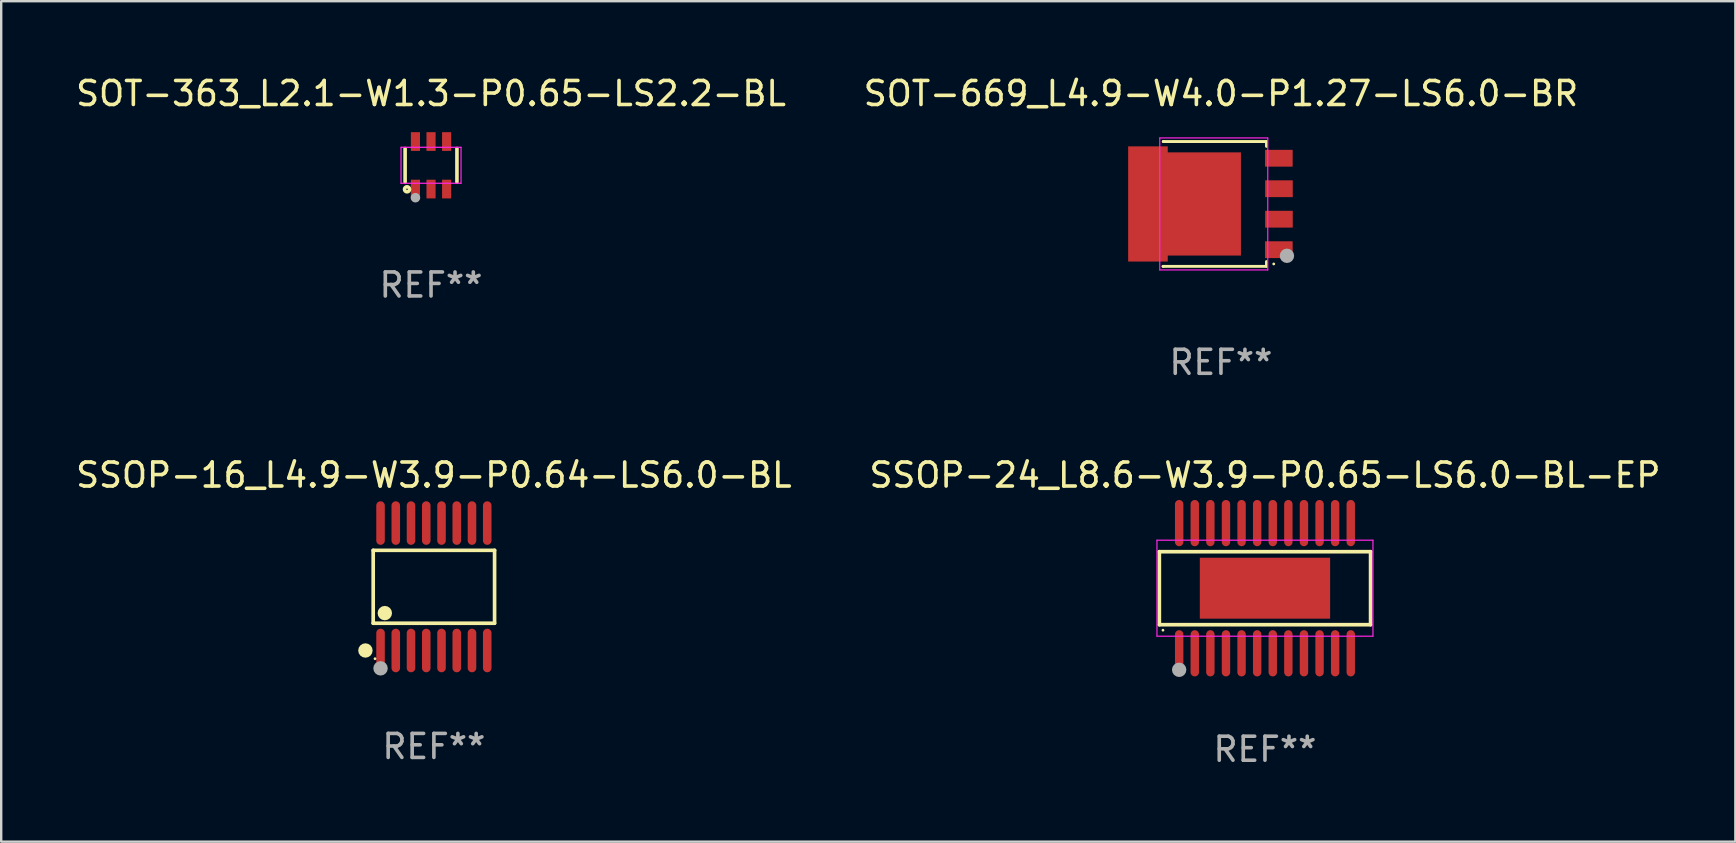
<source format=kicad_pcb>
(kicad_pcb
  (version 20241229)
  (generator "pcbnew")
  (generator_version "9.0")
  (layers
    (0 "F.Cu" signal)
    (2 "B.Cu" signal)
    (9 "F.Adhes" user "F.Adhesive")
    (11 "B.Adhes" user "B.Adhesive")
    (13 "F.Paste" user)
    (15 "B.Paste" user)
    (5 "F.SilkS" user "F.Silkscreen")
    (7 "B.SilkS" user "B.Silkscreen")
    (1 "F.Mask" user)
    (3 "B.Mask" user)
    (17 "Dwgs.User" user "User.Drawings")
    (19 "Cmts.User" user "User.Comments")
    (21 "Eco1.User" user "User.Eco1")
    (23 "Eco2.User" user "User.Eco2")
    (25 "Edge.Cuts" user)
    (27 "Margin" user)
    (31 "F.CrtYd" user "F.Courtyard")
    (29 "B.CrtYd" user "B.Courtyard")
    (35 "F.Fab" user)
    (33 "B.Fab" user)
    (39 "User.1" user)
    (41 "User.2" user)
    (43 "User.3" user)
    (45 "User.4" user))
  (footprint "SSOP-24_L8.6-W3.9-P0.65-LS6.0-BL-EP"
    (layer "F.Cu")
    (at 49.661 21.46)
    (property "Reference" "SSOP-24_L8.6-W3.9-P0.65-LS6.0-BL-EP" (at 0 -4.713 0) (layer "F.SilkS") (effects (font (size 1 1) (thickness 0.15))))
    (attr smd)
    (fp_line (start -4.401 -1.521) (end 4.401 -1.521) (stroke (width 0.152) (type solid)) (layer "F.SilkS"))
    (fp_line (start -4.401 1.521) (end -4.401 -1.521) (stroke (width 0.152) (type solid)) (layer "F.SilkS"))
    (fp_line (start 4.401 -1.521) (end 4.401 1.521) (stroke (width 0.152) (type solid)) (layer "F.SilkS"))
    (fp_line (start 4.401 1.521) (end -4.401 1.521) (stroke (width 0.152) (type solid)) (layer "F.SilkS"))
    (fp_circle (center -4.25 1.75) (end -4.22 1.75) (stroke (width 0.06) (type solid)) (fill no) (layer "F.SilkS"))
    (fp_line (start -4.5 -2) (end 4.5 -2) (stroke (width 0.05) (type default)) (layer "F.CrtYd"))
    (fp_line (start -4.5 2) (end -4.5 -2) (stroke (width 0.05) (type default)) (layer "F.CrtYd"))
    (fp_line (start 4.5 -2) (end 4.5 2) (stroke (width 0.05) (type default)) (layer "F.CrtYd"))
    (fp_line (start 4.5 2) (end -4.5 2) (stroke (width 0.05) (type default)) (layer "F.CrtYd"))
    (fp_circle (center -3.575 3.4) (end -3.425 3.4) (stroke (width 0.3) (type solid)) (fill no) (layer "F.Fab"))
    (fp_text user "REF**" (at 0 6.713 0) (layer "F.Fab") (effects (font (size 1 1) (thickness 0.15))))
    (pad "1" smd oval (at -3.575 2.713) (size 0.35 1.926) (layers "F.Cu" "F.Mask" "F.Paste"))
    (pad "2" smd oval (at -2.925 2.713) (size 0.35 1.926) (layers "F.Cu" "F.Mask" "F.Paste"))
    (pad "3" smd oval (at -2.275 2.713) (size 0.35 1.926) (layers "F.Cu" "F.Mask" "F.Paste"))
    (pad "4" smd oval (at -1.625 2.713) (size 0.35 1.926) (layers "F.Cu" "F.Mask" "F.Paste"))
    (pad "5" smd oval (at -0.975 2.713) (size 0.35 1.926) (layers "F.Cu" "F.Mask" "F.Paste"))
    (pad "6" smd oval (at -0.325 2.713) (size 0.35 1.926) (layers "F.Cu" "F.Mask" "F.Paste"))
    (pad "7" smd oval (at 0.325 2.713) (size 0.35 1.926) (layers "F.Cu" "F.Mask" "F.Paste"))
    (pad "8" smd oval (at 0.975 2.713) (size 0.35 1.926) (layers "F.Cu" "F.Mask" "F.Paste"))
    (pad "9" smd oval (at 1.625 2.713) (size 0.35 1.926) (layers "F.Cu" "F.Mask" "F.Paste"))
    (pad "10" smd oval (at 2.275 2.713) (size 0.35 1.926) (layers "F.Cu" "F.Mask" "F.Paste"))
    (pad "11" smd oval (at 2.925 2.713) (size 0.35 1.926) (layers "F.Cu" "F.Mask" "F.Paste"))
    (pad "12" smd oval (at 3.575 2.713) (size 0.35 1.926) (layers "F.Cu" "F.Mask" "F.Paste"))
    (pad "13" smd oval (at 3.575 -2.713) (size 0.35 1.926) (layers "F.Cu" "F.Mask" "F.Paste"))
    (pad "14" smd oval (at 2.925 -2.713) (size 0.35 1.926) (layers "F.Cu" "F.Mask" "F.Paste"))
    (pad "15" smd oval (at 2.275 -2.713) (size 0.35 1.926) (layers "F.Cu" "F.Mask" "F.Paste"))
    (pad "16" smd oval (at 1.625 -2.713) (size 0.35 1.926) (layers "F.Cu" "F.Mask" "F.Paste"))
    (pad "17" smd oval (at 0.975 -2.713) (size 0.35 1.926) (layers "F.Cu" "F.Mask" "F.Paste"))
    (pad "18" smd oval (at 0.325 -2.713) (size 0.35 1.926) (layers "F.Cu" "F.Mask" "F.Paste"))
    (pad "19" smd oval (at -0.325 -2.713) (size 0.35 1.926) (layers "F.Cu" "F.Mask" "F.Paste"))
    (pad "20" smd oval (at -0.975 -2.713) (size 0.35 1.926) (layers "F.Cu" "F.Mask" "F.Paste"))
    (pad "21" smd oval (at -1.625 -2.713) (size 0.35 1.926) (layers "F.Cu" "F.Mask" "F.Paste"))
    (pad "22" smd oval (at -2.275 -2.713) (size 0.35 1.926) (layers "F.Cu" "F.Mask" "F.Paste"))
    (pad "23" smd oval (at -2.925 -2.713) (size 0.35 1.926) (layers "F.Cu" "F.Mask" "F.Paste"))
    (pad "24" smd oval (at -3.575 -2.713) (size 0.35 1.926) (layers "F.Cu" "F.Mask" "F.Paste"))
    (pad "25" smd rect (at 0 0) (size 5.43 2.54) (layers "F.Cu" "F.Mask" "F.Paste")))
  (footprint "SSOP-16_L4.9-W3.9-P0.64-LS6.0-BL"
    (layer "F.Cu")
    (at 15.03 21.401)
    (property "Reference" "SSOP-16_L4.9-W3.9-P0.64-LS6.0-BL" (at 0 -4.655 0) (layer "F.SilkS") (effects (font (size 1 1) (thickness 0.15))))
    (attr smd)
    (fp_line (start -2.529 -1.519) (end 2.529 -1.519) (stroke (width 0.152) (type solid)) (layer "F.SilkS"))
    (fp_line (start -2.529 1.519) (end -2.529 -1.519) (stroke (width 0.152) (type solid)) (layer "F.SilkS"))
    (fp_line (start 2.529 -1.519) (end 2.529 1.519) (stroke (width 0.152) (type solid)) (layer "F.SilkS"))
    (fp_line (start 2.529 1.519) (end -2.529 1.519) (stroke (width 0.152) (type solid)) (layer "F.SilkS"))
    (fp_circle (center -2.853 2.655) (end -2.703 2.655) (stroke (width 0.3) (type solid)) (fill no) (layer "F.SilkS"))
    (fp_circle (center -2.453 2.998) (end -2.423 2.998) (stroke (width 0.06) (type solid)) (fill no) (layer "F.SilkS"))
    (fp_circle (center -2.045 1.097) (end -1.895 1.097) (stroke (width 0.3) (type solid)) (fill no) (layer "F.SilkS"))
    (fp_circle (center -2.223 3.398) (end -2.072 3.398) (stroke (width 0.3) (type solid)) (fill no) (layer "F.Fab"))
    (fp_text user "REF**" (at 0 6.655 0) (layer "F.Fab") (effects (font (size 1 1) (thickness 0.15))))
    (pad "1" smd oval (at -2.223 2.655) (size 0.356 1.815) (layers "F.Cu" "F.Mask" "F.Paste"))
    (pad "2" smd oval (at -1.588 2.655) (size 0.356 1.815) (layers "F.Cu" "F.Mask" "F.Paste"))
    (pad "3" smd oval (at -0.953 2.655) (size 0.356 1.815) (layers "F.Cu" "F.Mask" "F.Paste"))
    (pad "4" smd oval (at -0.318 2.655) (size 0.356 1.815) (layers "F.Cu" "F.Mask" "F.Paste"))
    (pad "5" smd oval (at 0.318 2.655) (size 0.356 1.815) (layers "F.Cu" "F.Mask" "F.Paste"))
    (pad "6" smd oval (at 0.953 2.655) (size 0.356 1.815) (layers "F.Cu" "F.Mask" "F.Paste"))
    (pad "7" smd oval (at 1.588 2.655) (size 0.356 1.815) (layers "F.Cu" "F.Mask" "F.Paste"))
    (pad "8" smd oval (at 2.223 2.655) (size 0.356 1.815) (layers "F.Cu" "F.Mask" "F.Paste"))
    (pad "9" smd oval (at 2.223 -2.655) (size 0.356 1.815) (layers "F.Cu" "F.Mask" "F.Paste"))
    (pad "10" smd oval (at 1.588 -2.655) (size 0.356 1.815) (layers "F.Cu" "F.Mask" "F.Paste"))
    (pad "11" smd oval (at 0.953 -2.655) (size 0.356 1.815) (layers "F.Cu" "F.Mask" "F.Paste"))
    (pad "12" smd oval (at 0.318 -2.655) (size 0.356 1.815) (layers "F.Cu" "F.Mask" "F.Paste"))
    (pad "13" smd oval (at -0.318 -2.655) (size 0.356 1.815) (layers "F.Cu" "F.Mask" "F.Paste"))
    (pad "14" smd oval (at -0.953 -2.655) (size 0.356 1.815) (layers "F.Cu" "F.Mask" "F.Paste"))
    (pad "15" smd oval (at -1.588 -2.655) (size 0.356 1.815) (layers "F.Cu" "F.Mask" "F.Paste"))
    (pad "16" smd oval (at -2.223 -2.655) (size 0.356 1.815) (layers "F.Cu" "F.Mask" "F.Paste")))
  (footprint "SOT-363_L2.1-W1.3-P0.65-LS2.2-BL"
    (layer "F.Cu")
    (at 14.911 3.838)
    (property "Reference" "SOT-363_L2.1-W1.3-P0.65-LS2.2-BL" (at 0 -2.99 0) (layer "F.SilkS") (effects (font (size 1 1) (thickness 0.15))))
    (attr smd)
    (fp_line (start -1.08 0.7) (end -1.08 -0.7) (stroke (width 0.15) (type solid)) (layer "F.SilkS"))
    (fp_line (start 1.08 0.7) (end 1.08 -0.7) (stroke (width 0.15) (type solid)) (layer "F.SilkS"))
    (fp_circle (center -1 1) (end -0.97 1) (stroke (width 0.15) (type solid)) (fill no) (layer "F.SilkS"))
    (fp_line (start -1.25 -0.75) (end 1.25 -0.75) (stroke (width 0.05) (type default)) (layer "F.CrtYd"))
    (fp_line (start -1.25 0.75) (end -1.25 -0.75) (stroke (width 0.05) (type default)) (layer "F.CrtYd"))
    (fp_line (start 1.25 -0.75) (end 1.25 0.75) (stroke (width 0.05) (type default)) (layer "F.CrtYd"))
    (fp_line (start 1.25 0.75) (end -1.25 0.75) (stroke (width 0.05) (type default)) (layer "F.CrtYd"))
    (fp_circle (center -0.65 1.35) (end -0.55 1.35) (stroke (width 0.2) (type solid)) (fill no) (layer "F.Fab"))
    (fp_text user "REF**" (at 0 4.99 0) (layer "F.Fab") (effects (font (size 1 1) (thickness 0.15))))
    (pad "1" smd rect (at -0.65 0.99) (size 0.38 0.78) (layers "F.Cu" "F.Mask" "F.Paste"))
    (pad "2" smd rect (at 0 0.99) (size 0.38 0.78) (layers "F.Cu" "F.Mask" "F.Paste"))
    (pad "3" smd rect (at 0.65 0.99) (size 0.38 0.78) (layers "F.Cu" "F.Mask" "F.Paste"))
    (pad "4" smd rect (at 0.65 -0.99) (size 0.38 0.78) (layers "F.Cu" "F.Mask" "F.Paste"))
    (pad "5" smd rect (at 0 -0.99) (size 0.38 0.78) (layers "F.Cu" "F.Mask" "F.Paste"))
    (pad "6" smd rect (at -0.65 -0.99) (size 0.38 0.78) (layers "F.Cu" "F.Mask" "F.Paste")))
  (footprint "SOT-669_L4.9-W4.0-P1.27-LS6.0-BR"
    (layer "F.Cu")
    (at 48.277 5.449)
    (property "Reference" "SOT-669_L4.9-W4.0-P1.27-LS6.0-BR" (at -0.45 -4.601 0) (layer "F.SilkS") (effects (font (size 1 1) (thickness 0.15))))
    (attr smd)
    (fp_line (start -2.867 2.6) (end -2.853 2.601) (stroke (width 0.12) (type solid)) (layer "F.SilkS"))
    (fp_line (start -2.853 -2.601) (end -2.817 -2.6) (stroke (width 0.12) (type solid)) (layer "F.SilkS"))
    (fp_line (start -2.853 2.601) (end 1.447 2.601) (stroke (width 0.12) (type solid)) (layer "F.SilkS"))
    (fp_line (start 1.447 -2.601) (end -2.853 -2.601) (stroke (width 0.12) (type solid)) (layer "F.SilkS"))
    (fp_line (start 1.447 -2.4) (end 1.447 -2.601) (stroke (width 0.12) (type solid)) (layer "F.SilkS"))
    (fp_line (start 1.447 2.601) (end 1.447 2.4) (stroke (width 0.12) (type solid)) (layer "F.SilkS"))
    (fp_circle (center 1.75 2.5) (end 1.78 2.5) (stroke (width 0.06) (type solid)) (fill no) (layer "F.SilkS"))
    (fp_line (start -3 -2.75) (end 1.5 -2.75) (stroke (width 0.05) (type default)) (layer "F.CrtYd"))
    (fp_line (start -3 2.75) (end -3 -2.75) (stroke (width 0.05) (type default)) (layer "F.CrtYd"))
    (fp_line (start 1.5 -2.75) (end 1.5 2.75) (stroke (width 0.05) (type default)) (layer "F.CrtYd"))
    (fp_line (start 1.5 2.75) (end -3 2.75) (stroke (width 0.05) (type default)) (layer "F.CrtYd"))
    (fp_circle (center 2.3 2.16) (end 2.45 2.16) (stroke (width 0.3) (type solid)) (fill no) (layer "F.Fab"))
    (fp_text user "REF**" (at -0.45 6.601 0) (layer "F.Fab") (effects (font (size 1 1) (thickness 0.15))))
    (pad "1" smd rect (at 1.963 1.905 90) (size 0.7 1.15) (layers "F.Cu" "F.Mask" "F.Paste"))
    (pad "2" smd rect (at 1.967 0.635 90) (size 0.7 1.15) (layers "F.Cu" "F.Mask" "F.Paste"))
    (pad "3" smd rect (at 1.967 -0.635 90) (size 0.7 1.15) (layers "F.Cu" "F.Mask" "F.Paste"))
    (pad "4" smd rect (at 1.963 -1.905 90) (size 0.7 1.15) (layers "F.Cu" "F.Mask" "F.Paste"))
    (pad "5" smd custom (at -1.967 0) (size 0.1 0.1) (layers "F.Cu" "F.Mask" "F.Paste") (options (anchor circle)) (primitives (gr_poly (pts (xy -2.35 -2.4) (xy -2.35 2.4) (xy -0.7 2.4) (xy -0.7 2.15) (xy 2.35 2.15) (xy 2.35 -2.15) (xy -0.7 -2.15) (xy -0.7 -2.4)) (width 0) (fill yes)))))
  (gr_rect
    (start -3 -3)
    (end 69.262 32.021)
    (stroke (width 0.1) (type default))
    (fill no)
    (layer "Edge.Cuts")))
</source>
